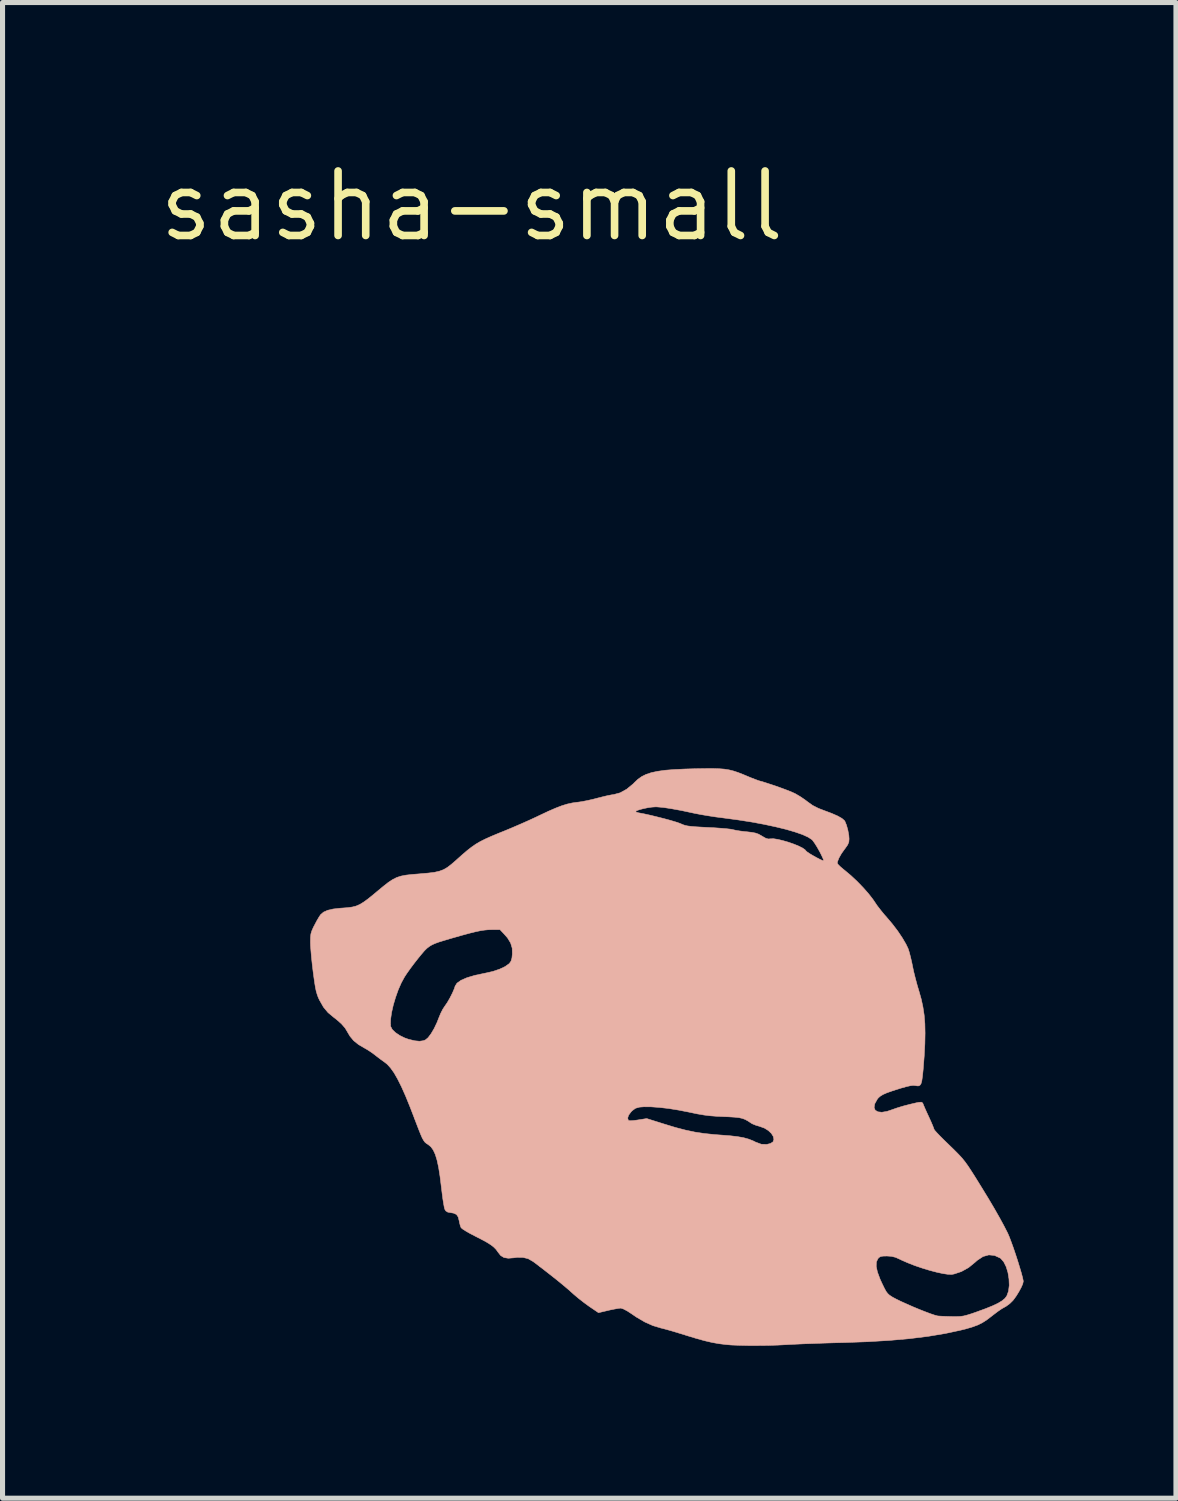
<source format=kicad_pcb>
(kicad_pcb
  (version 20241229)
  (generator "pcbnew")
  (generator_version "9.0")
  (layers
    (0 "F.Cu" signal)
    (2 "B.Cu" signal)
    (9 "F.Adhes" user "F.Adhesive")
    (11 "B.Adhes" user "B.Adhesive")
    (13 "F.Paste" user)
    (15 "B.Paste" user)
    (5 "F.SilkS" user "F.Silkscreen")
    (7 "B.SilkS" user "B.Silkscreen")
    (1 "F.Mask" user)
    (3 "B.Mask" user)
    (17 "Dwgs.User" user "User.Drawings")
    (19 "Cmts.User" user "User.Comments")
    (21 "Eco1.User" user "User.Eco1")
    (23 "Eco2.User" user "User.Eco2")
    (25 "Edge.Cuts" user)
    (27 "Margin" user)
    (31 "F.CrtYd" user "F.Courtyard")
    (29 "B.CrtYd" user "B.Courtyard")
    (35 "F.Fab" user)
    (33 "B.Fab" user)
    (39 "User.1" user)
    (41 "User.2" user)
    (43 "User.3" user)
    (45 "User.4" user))
  (footprint "sasha-small"
    (layer "F.Cu")
    (at 6.236 1.006)
    (property "Reference" "sasha-small" (at 0 0 0) (layer "F.SilkS") (effects (font (size 1.27 1.27) (thickness 0.15))))
    (attr through_hole)
    (fp_poly (pts (xy 4.868 11.077) (xy 4.974 11.085) (xy 5.067 11.1) (xy 5.155 11.122) (xy 5.245 11.152) (xy 5.345 11.191) (xy 5.404 11.216) (xy 5.493 11.253) (xy 5.573 11.284) (xy 5.632 11.306) (xy 5.652 11.313) (xy 5.775 11.349) (xy 5.91 11.393) (xy 6.047 11.44) (xy 6.175 11.487) (xy 6.285 11.53) (xy 6.365 11.566) (xy 6.374 11.571) (xy 6.463 11.623) (xy 6.555 11.685) (xy 6.62 11.734) (xy 6.711 11.799) (xy 6.825 11.857) (xy 6.924 11.895) (xy 7.084 11.955) (xy 7.205 12.008) (xy 7.288 12.055) (xy 7.337 12.097) (xy 7.347 12.112) (xy 7.378 12.188) (xy 7.405 12.286) (xy 7.424 12.388) (xy 7.429 12.46) (xy 7.424 12.519) (xy 7.402 12.574) (xy 7.357 12.639) (xy 7.343 12.657) (xy 7.278 12.748) (xy 7.229 12.835) (xy 7.201 12.907) (xy 7.197 12.937) (xy 7.213 12.962) (xy 7.255 13.004) (xy 7.316 13.056) (xy 7.347 13.081) (xy 7.464 13.179) (xy 7.586 13.293) (xy 7.704 13.415) (xy 7.81 13.535) (xy 7.895 13.644) (xy 7.928 13.692) (xy 7.979 13.768) (xy 8.049 13.859) (xy 8.126 13.953) (xy 8.167 13.999) (xy 8.279 14.131) (xy 8.385 14.27) (xy 8.477 14.407) (xy 8.55 14.532) (xy 8.591 14.618) (xy 8.613 14.686) (xy 8.638 14.781) (xy 8.663 14.888) (xy 8.677 14.957) (xy 8.701 15.072) (xy 8.735 15.208) (xy 8.773 15.349) (xy 8.807 15.462) (xy 8.85 15.615) (xy 8.883 15.768) (xy 8.907 15.926) (xy 8.921 16.095) (xy 8.925 16.282) (xy 8.921 16.493) (xy 8.908 16.734) (xy 8.887 17.003) (xy 8.874 17.13) (xy 8.861 17.22) (xy 8.845 17.278) (xy 8.822 17.31) (xy 8.79 17.322) (xy 8.748 17.318) (xy 8.735 17.315) (xy 8.692 17.311) (xy 8.634 17.318) (xy 8.554 17.336) (xy 8.444 17.367) (xy 8.412 17.377) (xy 8.275 17.421) (xy 8.173 17.457) (xy 8.098 17.49) (xy 8.045 17.522) (xy 8.006 17.556) (xy 7.983 17.585) (xy 7.934 17.674) (xy 7.922 17.746) (xy 7.943 17.799) (xy 7.995 17.831) (xy 8.074 17.84) (xy 8.176 17.823) (xy 8.268 17.792) (xy 8.367 17.757) (xy 8.491 17.719) (xy 8.625 17.684) (xy 8.753 17.654) (xy 8.801 17.645) (xy 8.852 17.641) (xy 8.878 17.658) (xy 8.883 17.669) (xy 8.896 17.702) (xy 8.923 17.765) (xy 8.96 17.847) (xy 8.998 17.929) (xy 9.039 18.019) (xy 9.072 18.096) (xy 9.094 18.152) (xy 9.102 18.176) (xy 9.116 18.197) (xy 9.157 18.243) (xy 9.219 18.308) (xy 9.298 18.387) (xy 9.389 18.475) (xy 9.396 18.482) (xy 9.503 18.586) (xy 9.587 18.671) (xy 9.656 18.746) (xy 9.716 18.821) (xy 9.776 18.905) (xy 9.843 19.008) (xy 9.897 19.092) (xy 10.037 19.318) (xy 10.169 19.534) (xy 10.288 19.735) (xy 10.392 19.918) (xy 10.478 20.076) (xy 10.544 20.205) (xy 10.554 20.225) (xy 10.585 20.298) (xy 10.622 20.396) (xy 10.664 20.512) (xy 10.707 20.639) (xy 10.749 20.768) (xy 10.787 20.892) (xy 10.82 21.003) (xy 10.844 21.093) (xy 10.857 21.155) (xy 10.858 21.173) (xy 10.847 21.221) (xy 10.816 21.291) (xy 10.771 21.374) (xy 10.72 21.457) (xy 10.667 21.53) (xy 10.652 21.548) (xy 10.591 21.608) (xy 10.52 21.66) (xy 10.491 21.676) (xy 10.436 21.707) (xy 10.361 21.758) (xy 10.279 21.82) (xy 10.234 21.855) (xy 10.141 21.926) (xy 10.054 21.982) (xy 9.962 22.028) (xy 9.855 22.067) (xy 9.723 22.106) (xy 9.621 22.131) (xy 9.318 22.196) (xy 8.987 22.251) (xy 8.625 22.296) (xy 8.23 22.331) (xy 7.798 22.357) (xy 7.328 22.374) (xy 7.313 22.374) (xy 7.118 22.379) (xy 6.921 22.385) (xy 6.73 22.392) (xy 6.553 22.398) (xy 6.398 22.405) (xy 6.271 22.411) (xy 6.202 22.415) (xy 6.023 22.424) (xy 5.831 22.43) (xy 5.633 22.432) (xy 5.441 22.432) (xy 5.263 22.428) (xy 5.109 22.422) (xy 5.006 22.413) (xy 4.867 22.396) (xy 4.728 22.371) (xy 4.579 22.336) (xy 4.41 22.289) (xy 4.212 22.229) (xy 4.202 22.225) (xy 4.077 22.187) (xy 3.952 22.149) (xy 3.839 22.117) (xy 3.749 22.093) (xy 3.725 22.088) (xy 3.566 22.04) (xy 3.409 21.97) (xy 3.243 21.873) (xy 3.151 21.81) (xy 3.062 21.752) (xy 2.988 21.713) (xy 2.937 21.696) (xy 2.932 21.696) (xy 2.887 21.701) (xy 2.813 21.714) (xy 2.724 21.732) (xy 2.686 21.741) (xy 2.496 21.786) (xy 2.313 21.662) (xy 2.213 21.589) (xy 2.105 21.505) (xy 2.009 21.424) (xy 1.98 21.398) (xy 1.904 21.33) (xy 1.801 21.243) (xy 1.678 21.142) (xy 1.541 21.034) (xy 1.399 20.923) (xy 1.334 20.873) (xy 7.963 20.873) (xy 7.987 20.985) (xy 8.039 21.125) (xy 8.075 21.204) (xy 8.121 21.299) (xy 8.156 21.364) (xy 8.189 21.408) (xy 8.226 21.442) (xy 8.274 21.473) (xy 8.283 21.479) (xy 8.354 21.517) (xy 8.45 21.564) (xy 8.564 21.615) (xy 8.686 21.669) (xy 8.811 21.721) (xy 8.93 21.768) (xy 9.034 21.807) (xy 9.117 21.835) (xy 9.171 21.849) (xy 9.176 21.85) (xy 9.235 21.854) (xy 9.322 21.858) (xy 9.421 21.861) (xy 9.466 21.862) (xy 9.552 21.862) (xy 9.621 21.859) (xy 9.685 21.85) (xy 9.755 21.832) (xy 9.842 21.805) (xy 9.942 21.77) (xy 10.117 21.706) (xy 10.255 21.65) (xy 10.361 21.6) (xy 10.44 21.552) (xy 10.496 21.506) (xy 10.533 21.457) (xy 10.535 21.452) (xy 10.568 21.361) (xy 10.582 21.248) (xy 10.577 21.123) (xy 10.557 20.998) (xy 10.522 20.882) (xy 10.474 20.786) (xy 10.416 20.719) (xy 10.406 20.711) (xy 10.293 20.659) (xy 10.18 20.648) (xy 10.066 20.68) (xy 9.952 20.755) (xy 9.906 20.796) (xy 9.781 20.898) (xy 9.64 20.976) (xy 9.496 21.024) (xy 9.453 21.032) (xy 9.381 21.031) (xy 9.279 21.016) (xy 9.154 20.989) (xy 9.013 20.952) (xy 8.866 20.907) (xy 8.719 20.857) (xy 8.582 20.803) (xy 8.461 20.75) (xy 8.435 20.737) (xy 8.344 20.696) (xy 8.262 20.676) (xy 8.174 20.67) (xy 8.097 20.672) (xy 8.05 20.68) (xy 8.018 20.699) (xy 7.997 20.722) (xy 7.967 20.786) (xy 7.963 20.873) (xy 1.334 20.873) (xy 1.258 20.815) (xy 1.209 20.779) (xy 1.112 20.723) (xy 1.007 20.697) (xy 0.882 20.698) (xy 0.832 20.705) (xy 0.72 20.714) (xy 0.635 20.7) (xy 0.57 20.66) (xy 0.518 20.594) (xy 0.481 20.542) (xy 0.436 20.496) (xy 0.377 20.45) (xy 0.298 20.4) (xy 0.191 20.342) (xy 0.07 20.28) (xy -0.027 20.23) (xy -0.111 20.182) (xy -0.173 20.143) (xy -0.207 20.115) (xy -0.21 20.111) (xy -0.227 20.065) (xy -0.243 20) (xy -0.245 19.984) (xy -0.266 19.902) (xy -0.3 19.852) (xy -0.357 19.826) (xy -0.406 19.818) (xy -0.472 19.806) (xy -0.509 19.783) (xy -0.529 19.751) (xy -0.54 19.712) (xy -0.553 19.64) (xy -0.569 19.541) (xy -0.584 19.424) (xy -0.596 19.325) (xy -0.623 19.107) (xy -0.651 18.928) (xy -0.682 18.784) (xy -0.717 18.67) (xy -0.757 18.584) (xy -0.803 18.52) (xy -0.857 18.476) (xy -0.861 18.473) (xy -0.893 18.453) (xy -0.921 18.429) (xy -0.946 18.395) (xy -0.973 18.348) (xy -1.003 18.279) (xy -1.041 18.185) (xy -1.09 18.058) (xy -1.113 17.998) (xy -1.129 17.955) (xy 3.07 17.955) (xy 3.083 17.996) (xy 3.092 18.003) (xy 3.122 18.007) (xy 3.183 18.003) (xy 3.261 17.993) (xy 3.28 17.99) (xy 3.445 17.964) (xy 3.792 18.073) (xy 4.012 18.14) (xy 4.208 18.191) (xy 4.391 18.23) (xy 4.577 18.258) (xy 4.777 18.279) (xy 4.911 18.289) (xy 5.09 18.303) (xy 5.235 18.32) (xy 5.353 18.341) (xy 5.453 18.369) (xy 5.542 18.404) (xy 5.587 18.427) (xy 5.7 18.469) (xy 5.807 18.473) (xy 5.881 18.455) (xy 5.932 18.422) (xy 5.949 18.374) (xy 5.937 18.317) (xy 5.9 18.257) (xy 5.84 18.2) (xy 5.763 18.152) (xy 5.671 18.119) (xy 5.669 18.118) (xy 5.594 18.096) (xy 5.528 18.069) (xy 5.503 18.055) (xy 5.44 18.013) (xy 5.384 17.982) (xy 5.328 17.961) (xy 5.261 17.946) (xy 5.175 17.937) (xy 5.062 17.93) (xy 4.964 17.926) (xy 4.815 17.919) (xy 4.689 17.909) (xy 4.569 17.894) (xy 4.441 17.872) (xy 4.289 17.84) (xy 4.265 17.835) (xy 4.07 17.797) (xy 3.878 17.766) (xy 3.695 17.745) (xy 3.53 17.733) (xy 3.391 17.732) (xy 3.303 17.739) (xy 3.225 17.761) (xy 3.161 17.808) (xy 3.139 17.83) (xy 3.089 17.897) (xy 3.07 17.955) (xy -1.129 17.955) (xy -1.212 17.74) (xy -1.301 17.521) (xy -1.383 17.337) (xy -1.459 17.185) (xy -1.529 17.063) (xy -1.597 16.968) (xy -1.662 16.896) (xy -1.715 16.854) (xy -1.782 16.806) (xy -1.859 16.748) (xy -1.901 16.715) (xy -1.975 16.66) (xy -2.055 16.608) (xy -2.095 16.585) (xy -2.227 16.508) (xy -2.325 16.429) (xy -2.397 16.342) (xy -2.432 16.283) (xy -2.49 16.185) (xy -2.551 16.114) (xy -1.599 16.114) (xy -1.594 16.153) (xy -1.564 16.211) (xy -1.502 16.271) (xy -1.416 16.329) (xy -1.316 16.378) (xy -1.244 16.403) (xy -1.121 16.433) (xy -1.026 16.442) (xy -0.95 16.431) (xy -0.91 16.415) (xy -0.858 16.371) (xy -0.8 16.294) (xy -0.739 16.191) (xy -0.682 16.071) (xy -0.647 15.981) (xy -0.611 15.894) (xy -0.569 15.811) (xy -0.53 15.752) (xy -0.481 15.681) (xy -0.428 15.589) (xy -0.379 15.492) (xy -0.341 15.404) (xy -0.327 15.358) (xy -0.29 15.299) (xy -0.212 15.243) (xy -0.093 15.191) (xy 0.065 15.144) (xy 0.264 15.102) (xy 0.265 15.102) (xy 0.415 15.068) (xy 0.549 15.023) (xy 0.659 14.971) (xy 0.736 14.916) (xy 0.743 14.909) (xy 0.774 14.865) (xy 0.792 14.804) (xy 0.8 14.724) (xy 0.797 14.609) (xy 0.766 14.507) (xy 0.705 14.407) (xy 0.638 14.331) (xy 0.557 14.245) (xy 0.393 14.245) (xy 0.323 14.247) (xy 0.251 14.254) (xy 0.171 14.266) (xy 0.077 14.286) (xy -0.037 14.314) (xy -0.178 14.352) (xy -0.35 14.401) (xy -0.413 14.419) (xy -0.547 14.459) (xy -0.648 14.49) (xy -0.724 14.518) (xy -0.781 14.544) (xy -0.827 14.571) (xy -0.871 14.604) (xy -0.888 14.618) (xy -0.93 14.66) (xy -0.989 14.729) (xy -1.06 14.816) (xy -1.136 14.913) (xy -1.21 15.012) (xy -1.276 15.105) (xy -1.322 15.175) (xy -1.386 15.292) (xy -1.446 15.429) (xy -1.499 15.578) (xy -1.544 15.73) (xy -1.577 15.876) (xy -1.596 16.007) (xy -1.599 16.114) (xy -2.551 16.114) (xy -2.564 16.099) (xy -2.663 16.012) (xy -2.714 15.973) (xy -2.829 15.877) (xy -2.918 15.77) (xy -2.994 15.636) (xy -2.997 15.632) (xy -3.023 15.575) (xy -3.043 15.519) (xy -3.061 15.458) (xy -3.077 15.382) (xy -3.093 15.283) (xy -3.111 15.155) (xy -3.122 15.072) (xy -3.139 14.931) (xy -3.154 14.79) (xy -3.165 14.661) (xy -3.173 14.555) (xy -3.175 14.486) (xy -3.173 14.396) (xy -3.166 14.33) (xy -3.148 14.27) (xy -3.117 14.199) (xy -3.09 14.148) (xy -3.048 14.068) (xy -3.008 14) (xy -2.978 13.955) (xy -2.972 13.947) (xy -2.915 13.899) (xy -2.836 13.864) (xy -2.73 13.839) (xy -2.591 13.823) (xy -2.546 13.82) (xy -2.44 13.812) (xy -2.353 13.8) (xy -2.277 13.781) (xy -2.205 13.75) (xy -2.129 13.704) (xy -2.041 13.64) (xy -1.933 13.553) (xy -1.863 13.494) (xy -1.741 13.393) (xy -1.643 13.316) (xy -1.558 13.26) (xy -1.478 13.219) (xy -1.393 13.191) (xy -1.295 13.172) (xy -1.173 13.158) (xy -1.019 13.146) (xy -1.005 13.144) (xy -0.852 13.131) (xy -0.732 13.116) (xy -0.636 13.094) (xy -0.555 13.064) (xy -0.479 13.02) (xy -0.4 12.959) (xy -0.307 12.879) (xy -0.301 12.873) (xy -0.187 12.771) (xy -0.09 12.688) (xy -0.004 12.621) (xy 0.079 12.563) (xy 0.166 12.512) (xy 0.265 12.462) (xy 0.383 12.409) (xy 0.529 12.348) (xy 0.656 12.297) (xy 0.795 12.239) (xy 0.955 12.17) (xy 1.12 12.097) (xy 1.274 12.026) (xy 1.332 11.998) (xy 1.504 11.917) (xy 3.228 11.917) (xy 3.239 11.931) (xy 3.281 11.944) (xy 3.297 11.947) (xy 3.401 11.967) (xy 3.523 11.994) (xy 3.653 12.026) (xy 3.784 12.059) (xy 3.906 12.092) (xy 4.01 12.123) (xy 4.088 12.149) (xy 4.118 12.161) (xy 4.159 12.179) (xy 4.202 12.193) (xy 4.253 12.204) (xy 4.32 12.212) (xy 4.41 12.22) (xy 4.53 12.227) (xy 4.648 12.233) (xy 4.782 12.24) (xy 4.907 12.249) (xy 5.013 12.258) (xy 5.094 12.267) (xy 5.141 12.276) (xy 5.144 12.277) (xy 5.198 12.289) (xy 5.281 12.303) (xy 5.376 12.315) (xy 5.414 12.318) (xy 5.515 12.33) (xy 5.588 12.344) (xy 5.647 12.365) (xy 5.704 12.397) (xy 5.715 12.404) (xy 5.785 12.444) (xy 5.837 12.46) (xy 5.882 12.457) (xy 5.941 12.455) (xy 6.025 12.468) (xy 6.125 12.492) (xy 6.233 12.523) (xy 6.339 12.56) (xy 6.435 12.599) (xy 6.513 12.638) (xy 6.562 12.672) (xy 6.575 12.689) (xy 6.598 12.711) (xy 6.647 12.745) (xy 6.714 12.785) (xy 6.787 12.826) (xy 6.855 12.861) (xy 6.907 12.884) (xy 6.929 12.889) (xy 6.927 12.873) (xy 6.908 12.827) (xy 6.876 12.759) (xy 6.848 12.705) (xy 6.8 12.62) (xy 6.753 12.545) (xy 6.714 12.491) (xy 6.699 12.474) (xy 6.625 12.425) (xy 6.514 12.374) (xy 6.367 12.323) (xy 6.19 12.271) (xy 5.985 12.221) (xy 5.757 12.172) (xy 5.509 12.126) (xy 5.246 12.085) (xy 4.971 12.048) (xy 4.942 12.044) (xy 4.802 12.026) (xy 4.653 12.003) (xy 4.511 11.979) (xy 4.392 11.956) (xy 4.364 11.95) (xy 4.135 11.901) (xy 3.938 11.865) (xy 3.776 11.84) (xy 3.651 11.829) (xy 3.618 11.828) (xy 3.547 11.833) (xy 3.464 11.845) (xy 3.378 11.863) (xy 3.302 11.883) (xy 3.248 11.903) (xy 3.228 11.917) (xy 1.504 11.917) (xy 1.506 11.916) (xy 1.651 11.853) (xy 1.773 11.806) (xy 1.879 11.773) (xy 1.978 11.751) (xy 2.075 11.737) (xy 2.091 11.736) (xy 2.173 11.724) (xy 2.28 11.703) (xy 2.394 11.677) (xy 2.459 11.66) (xy 2.565 11.633) (xy 2.669 11.608) (xy 2.756 11.591) (xy 2.798 11.585) (xy 2.923 11.551) (xy 3.051 11.48) (xy 3.178 11.376) (xy 3.207 11.346) (xy 3.274 11.283) (xy 3.348 11.231) (xy 3.434 11.188) (xy 3.537 11.154) (xy 3.66 11.128) (xy 3.808 11.107) (xy 3.986 11.093) (xy 4.197 11.083) (xy 4.403 11.077) (xy 4.59 11.074) (xy 4.743 11.073) (xy 4.868 11.077)) (stroke (width 0.01) (type solid)) (fill yes) (layer "B.SilkS")))
  (gr_rect
    (start -3 -3)
    (end 20.1 26.444)
    (stroke (width 0.1) (type default))
    (fill no)
    (layer "Edge.Cuts")))
</source>
